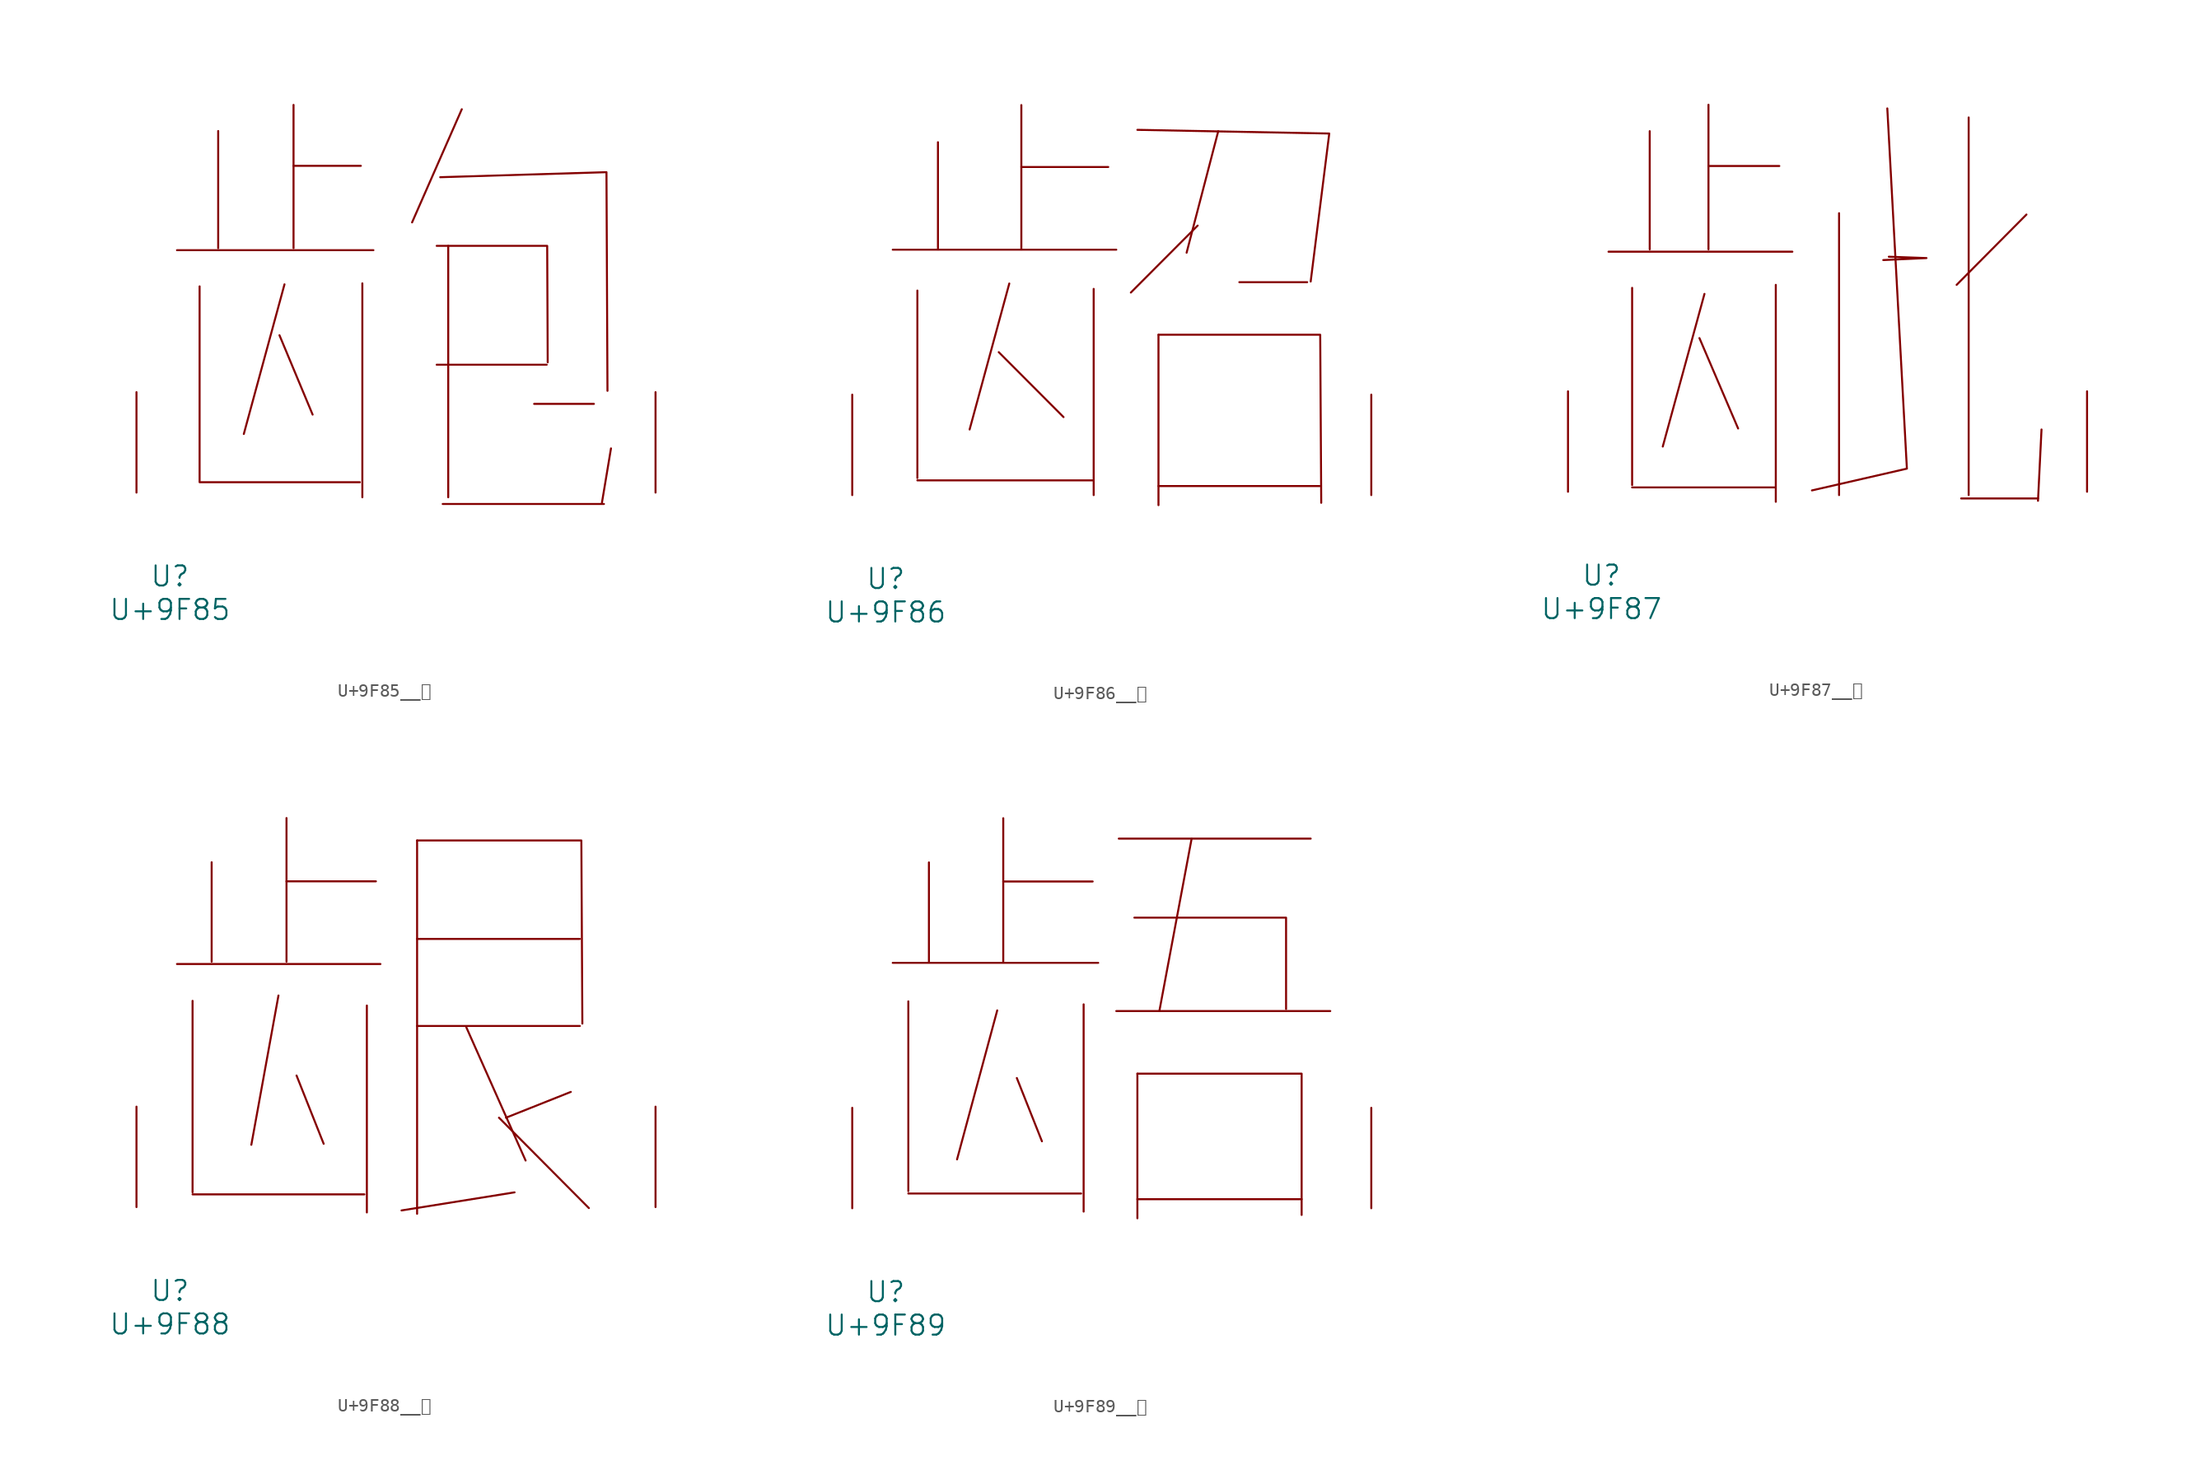
<source format=kicad_sym>
(kicad_symbol_lib
  (version 20231120)
  (generator "kicad_symbol_editor")
  (generator_version "8.0")
  (symbol "U+9F85__龅"
    (pin_names
      (offset 1.016))
    (property "Reference" "U"
      (at 0 -6.35 0)
      (effects (font (size 1.524 1.524))))
    (property "Value" "U+9F85"
      (at 0 -8.89 0)
      (effects (font (size 1.524 1.524))))
    (symbol "U+9F85__龅_0_1"
      (polyline (pts (xy 0.533 18.39) (xy 15.431 18.39)) (stroke (width 0) (type solid)) (fill (type none)))
      (polyline (pts (xy 2.248 0.787) (xy 14.402 0.787)) (stroke (width 0) (type solid)) (fill (type none)))
      (polyline (pts (xy 2.248 15.646) (xy 2.248 0.864)) (stroke (width 0) (type solid)) (fill (type none)))
      (polyline (pts (xy 3.658 27.432) (xy 3.658 18.542)) (stroke (width 0) (type solid)) (fill (type none)))
      (polyline (pts (xy 8.306 11.938) (xy 10.82 5.918)) (stroke (width 0) (type solid)) (fill (type none)))
      (polyline (pts (xy 8.687 15.799) (xy 5.601 4.445)) (stroke (width 0) (type solid)) (fill (type none)))
      (polyline (pts (xy 9.373 24.79) (xy 14.478 24.79)) (stroke (width 0) (type solid)) (fill (type none)))
      (polyline (pts (xy 9.373 29.413) (xy 9.373 18.542)) (stroke (width 0) (type solid)) (fill (type none)))
      (polyline (pts (xy 14.592 15.875) (xy 14.592 -0.356)) (stroke (width 0) (type solid)) (fill (type none)))
      (polyline (pts (xy 20.231 9.703) (xy 28.575 9.703)) (stroke (width 0) (type solid)) (fill (type none)))
      (polyline (pts (xy 20.688 -0.864) (xy 32.918 -0.864)) (stroke (width 0) (type solid)) (fill (type none)))
      (polyline (pts (xy 21.107 18.72) (xy 21.107 -0.356)) (stroke (width 0) (type solid)) (fill (type none)))
      (polyline (pts (xy 22.136 29.083) (xy 18.364 20.498)) (stroke (width 0) (type solid)) (fill (type none)))
      (polyline (pts (xy 27.622 6.731) (xy 32.156 6.731)) (stroke (width 0) (type solid)) (fill (type none)))
      (polyline (pts (xy 33.452 3.353) (xy 32.766 -0.762)) (stroke (width 0) (type solid)) (fill (type none)))
      (polyline (pts (xy 20.231 18.72) (xy 28.613 18.72) (xy 28.651 9.881)) (stroke (width 0) (type solid)) (fill (type none)))
      (polyline (pts (xy 20.498 23.927) (xy 33.109 24.308) (xy 33.185 7.722)) (stroke (width 0) (type solid)) (fill (type none)))
      (pin input line (at -2.54 0 90) (length 7.62) (name "~" (effects (font (size 1.27 1.27)))) (number "~" (effects (font (size 1.27 1.27)))))
      (pin input line (at 36.83 0 90) (length 7.62) (name "~" (effects (font (size 1.27 1.27)))) (number "~" (effects (font (size 1.27 1.27)))))))
  (symbol "U+9F86__龆"
    (pin_names
      (offset 1.016))
    (property "Reference" "U"
      (at 0 -6.35 0)
      (effects (font (size 1.524 1.524))))
    (property "Value" "U+9F86"
      (at 0 -8.89 0)
      (effects (font (size 1.524 1.524))))
    (symbol "U+9F86__龆_0_1"
      (polyline (pts (xy 0.533 18.618) (xy 17.488 18.618)) (stroke (width 0) (type solid)) (fill (type none)))
      (polyline (pts (xy 2.4 1.118) (xy 15.697 1.118)) (stroke (width 0) (type solid)) (fill (type none)))
      (polyline (pts (xy 2.4 15.519) (xy 2.4 1.295)) (stroke (width 0) (type solid)) (fill (type none)))
      (polyline (pts (xy 3.962 26.772) (xy 3.962 18.72)) (stroke (width 0) (type solid)) (fill (type none)))
      (polyline (pts (xy 8.572 10.846) (xy 13.487 5.918)) (stroke (width 0) (type solid)) (fill (type none)))
      (polyline (pts (xy 9.373 16.053) (xy 6.363 4.978)) (stroke (width 0) (type solid)) (fill (type none)))
      (polyline (pts (xy 10.287 24.892) (xy 16.878 24.892)) (stroke (width 0) (type solid)) (fill (type none)))
      (polyline (pts (xy 10.287 29.591) (xy 10.287 18.72)) (stroke (width 0) (type solid)) (fill (type none)))
      (polyline (pts (xy 15.773 15.646) (xy 15.773 0)) (stroke (width 0) (type solid)) (fill (type none)))
      (polyline (pts (xy 20.688 0.686) (xy 32.918 0.686)) (stroke (width 0) (type solid)) (fill (type none)))
      (polyline (pts (xy 20.688 12.167) (xy 20.688 -0.762)) (stroke (width 0) (type solid)) (fill (type none)))
      (polyline (pts (xy 23.66 20.447) (xy 18.593 15.367)) (stroke (width 0) (type solid)) (fill (type none)))
      (polyline (pts (xy 25.222 27.61) (xy 22.822 18.39)) (stroke (width 0) (type solid)) (fill (type none)))
      (polyline (pts (xy 26.822 16.154) (xy 31.966 16.154)) (stroke (width 0) (type solid)) (fill (type none)))
      (polyline (pts (xy 19.088 27.711) (xy 33.642 27.432) (xy 32.233 16.205)) (stroke (width 0) (type solid)) (fill (type none)))
      (polyline (pts (xy 20.688 12.167) (xy 32.956 12.167) (xy 33.033 -0.584)) (stroke (width 0) (type solid)) (fill (type none)))
      (pin input line (at -2.54 0 90) (length 7.62) (name "~" (effects (font (size 1.27 1.27)))) (number "~" (effects (font (size 1.27 1.27)))))
      (pin input line (at 36.83 0 90) (length 7.62) (name "~" (effects (font (size 1.27 1.27)))) (number "~" (effects (font (size 1.27 1.27)))))))
  (symbol "U+9F87__龇"
    (pin_names
      (offset 1.016))
    (property "Reference" "U"
      (at 0 -6.35 0)
      (effects (font (size 1.524 1.524))))
    (property "Value" "U+9F87"
      (at 0 -8.89 0)
      (effects (font (size 1.524 1.524))))
    (symbol "U+9F87__龇_0_1"
      (polyline (pts (xy 0.533 18.212) (xy 14.478 18.212)) (stroke (width 0) (type solid)) (fill (type none)))
      (polyline (pts (xy 2.324 0.33) (xy 13.145 0.33)) (stroke (width 0) (type solid)) (fill (type none)))
      (polyline (pts (xy 2.324 15.469) (xy 2.324 0.508)) (stroke (width 0) (type solid)) (fill (type none)))
      (polyline (pts (xy 3.658 27.356) (xy 3.658 18.39)) (stroke (width 0) (type solid)) (fill (type none)))
      (polyline (pts (xy 7.429 11.659) (xy 10.363 4.801)) (stroke (width 0) (type solid)) (fill (type none)))
      (polyline (pts (xy 7.811 15.011) (xy 4.648 3.429)) (stroke (width 0) (type solid)) (fill (type none)))
      (polyline (pts (xy 8.115 24.714) (xy 13.487 24.714)) (stroke (width 0) (type solid)) (fill (type none)))
      (polyline (pts (xy 8.115 29.362) (xy 8.115 18.39)) (stroke (width 0) (type solid)) (fill (type none)))
      (polyline (pts (xy 13.221 15.697) (xy 13.221 -0.762)) (stroke (width 0) (type solid)) (fill (type none)))
      (polyline (pts (xy 18.021 21.133) (xy 18.021 -0.254)) (stroke (width 0) (type solid)) (fill (type none)))
      (polyline (pts (xy 27.28 -0.508) (xy 33.109 -0.508)) (stroke (width 0) (type solid)) (fill (type none)))
      (polyline (pts (xy 27.851 28.397) (xy 27.851 -0.254)) (stroke (width 0) (type solid)) (fill (type none)))
      (polyline (pts (xy 32.233 21.031) (xy 26.937 15.697)) (stroke (width 0) (type solid)) (fill (type none)))
      (polyline (pts (xy 33.376 4.724) (xy 33.109 -0.686)) (stroke (width 0) (type solid)) (fill (type none)))
      (polyline (pts (xy 21.679 29.083) (xy 23.165 1.753) (xy 15.964 0.102)) (stroke (width 0) (type solid)) (fill (type none)))
      (polyline (pts (xy 21.793 17.831) (xy 24.651 17.729) (xy 21.374 17.577)) (stroke (width 0) (type solid)) (fill (type none)))
      (pin input line (at -2.54 0 90) (length 7.62) (name "~" (effects (font (size 1.27 1.27)))) (number "~" (effects (font (size 1.27 1.27)))))
      (pin input line (at 36.83 0 90) (length 7.62) (name "~" (effects (font (size 1.27 1.27)))) (number "~" (effects (font (size 1.27 1.27)))))))
  (symbol "U+9F88__龈"
    (pin_names
      (offset 1.016))
    (property "Reference" "U"
      (at 0 -6.35 0)
      (effects (font (size 1.524 1.524))))
    (property "Value" "U+9F88"
      (at 0 -8.89 0)
      (effects (font (size 1.524 1.524))))
    (symbol "U+9F88__龈_0_1"
      (polyline (pts (xy 0.533 18.44) (xy 15.964 18.44)) (stroke (width 0) (type solid)) (fill (type none)))
      (polyline (pts (xy 1.714 0.965) (xy 14.745 0.965)) (stroke (width 0) (type solid)) (fill (type none)))
      (polyline (pts (xy 1.714 15.646) (xy 1.714 1.118)) (stroke (width 0) (type solid)) (fill (type none)))
      (polyline (pts (xy 3.162 26.162) (xy 3.162 18.618)) (stroke (width 0) (type solid)) (fill (type none)))
      (polyline (pts (xy 8.23 16.053) (xy 6.172 4.724)) (stroke (width 0) (type solid)) (fill (type none)))
      (polyline (pts (xy 8.839 24.714) (xy 15.621 24.714)) (stroke (width 0) (type solid)) (fill (type none)))
      (polyline (pts (xy 8.839 29.515) (xy 8.839 18.618)) (stroke (width 0) (type solid)) (fill (type none)))
      (polyline (pts (xy 9.601 9.982) (xy 11.659 4.801)) (stroke (width 0) (type solid)) (fill (type none)))
      (polyline (pts (xy 14.935 15.291) (xy 14.935 -0.406)) (stroke (width 0) (type solid)) (fill (type none)))
      (polyline (pts (xy 18.745 13.741) (xy 31.09 13.741)) (stroke (width 0) (type solid)) (fill (type none)))
      (polyline (pts (xy 18.745 20.345) (xy 31.09 20.345)) (stroke (width 0) (type solid)) (fill (type none)))
      (polyline (pts (xy 18.745 27.813) (xy 18.745 -0.508)) (stroke (width 0) (type solid)) (fill (type none)))
      (polyline (pts (xy 22.479 13.64) (xy 26.975 3.531)) (stroke (width 0) (type solid)) (fill (type none)))
      (polyline (pts (xy 24.956 6.782) (xy 31.775 -0.076)) (stroke (width 0) (type solid)) (fill (type none)))
      (polyline (pts (xy 26.137 1.118) (xy 17.564 -0.254)) (stroke (width 0) (type solid)) (fill (type none)))
      (polyline (pts (xy 30.404 8.738) (xy 25.489 6.782)) (stroke (width 0) (type solid)) (fill (type none)))
      (polyline (pts (xy 18.745 27.813) (xy 31.204 27.813) (xy 31.28 13.919)) (stroke (width 0) (type solid)) (fill (type none)))
      (pin input line (at -2.54 0 90) (length 7.62) (name "~" (effects (font (size 1.27 1.27)))) (number "~" (effects (font (size 1.27 1.27)))))
      (pin input line (at 36.83 0 90) (length 7.62) (name "~" (effects (font (size 1.27 1.27)))) (number "~" (effects (font (size 1.27 1.27)))))))
  (symbol "U+9F89__龉"
    (pin_names
      (offset 1.016))
    (property "Reference" "U"
      (at 0 -6.35 0)
      (effects (font (size 1.524 1.524))))
    (property "Value" "U+9F89"
      (at 0 -8.89 0)
      (effects (font (size 1.524 1.524))))
    (symbol "U+9F89__龉_0_1"
      (polyline (pts (xy 0.533 18.618) (xy 16.116 18.618)) (stroke (width 0) (type solid)) (fill (type none)))
      (polyline (pts (xy 1.714 1.118) (xy 14.821 1.118)) (stroke (width 0) (type solid)) (fill (type none)))
      (polyline (pts (xy 1.714 15.697) (xy 1.714 1.295)) (stroke (width 0) (type solid)) (fill (type none)))
      (polyline (pts (xy 3.277 26.238) (xy 3.277 18.72)) (stroke (width 0) (type solid)) (fill (type none)))
      (polyline (pts (xy 8.458 15.011) (xy 5.41 3.708)) (stroke (width 0) (type solid)) (fill (type none)))
      (polyline (pts (xy 8.915 24.79) (xy 15.697 24.79)) (stroke (width 0) (type solid)) (fill (type none)))
      (polyline (pts (xy 8.915 29.591) (xy 8.915 18.72)) (stroke (width 0) (type solid)) (fill (type none)))
      (polyline (pts (xy 9.944 9.881) (xy 11.849 5.08)) (stroke (width 0) (type solid)) (fill (type none)))
      (polyline (pts (xy 15.011 15.469) (xy 15.011 -0.254)) (stroke (width 0) (type solid)) (fill (type none)))
      (polyline (pts (xy 17.488 14.961) (xy 33.718 14.961)) (stroke (width 0) (type solid)) (fill (type none)))
      (polyline (pts (xy 17.678 28.042) (xy 32.233 28.042)) (stroke (width 0) (type solid)) (fill (type none)))
      (polyline (pts (xy 19.088 0.686) (xy 31.547 0.686)) (stroke (width 0) (type solid)) (fill (type none)))
      (polyline (pts (xy 19.088 10.211) (xy 19.088 -0.762)) (stroke (width 0) (type solid)) (fill (type none)))
      (polyline (pts (xy 23.203 28.042) (xy 20.765 15.011)) (stroke (width 0) (type solid)) (fill (type none)))
      (polyline (pts (xy 18.86 22.047) (xy 30.366 22.047) (xy 30.366 15.113)) (stroke (width 0) (type solid)) (fill (type none)))
      (polyline (pts (xy 19.088 10.211) (xy 31.547 10.211) (xy 31.547 -0.508)) (stroke (width 0) (type solid)) (fill (type none)))
      (pin input line (at -2.54 0 90) (length 7.62) (name "~" (effects (font (size 1.27 1.27)))) (number "~" (effects (font (size 1.27 1.27)))))
      (pin input line (at 36.83 0 90) (length 7.62) (name "~" (effects (font (size 1.27 1.27)))) (number "~" (effects (font (size 1.27 1.27))))))))
</source>
